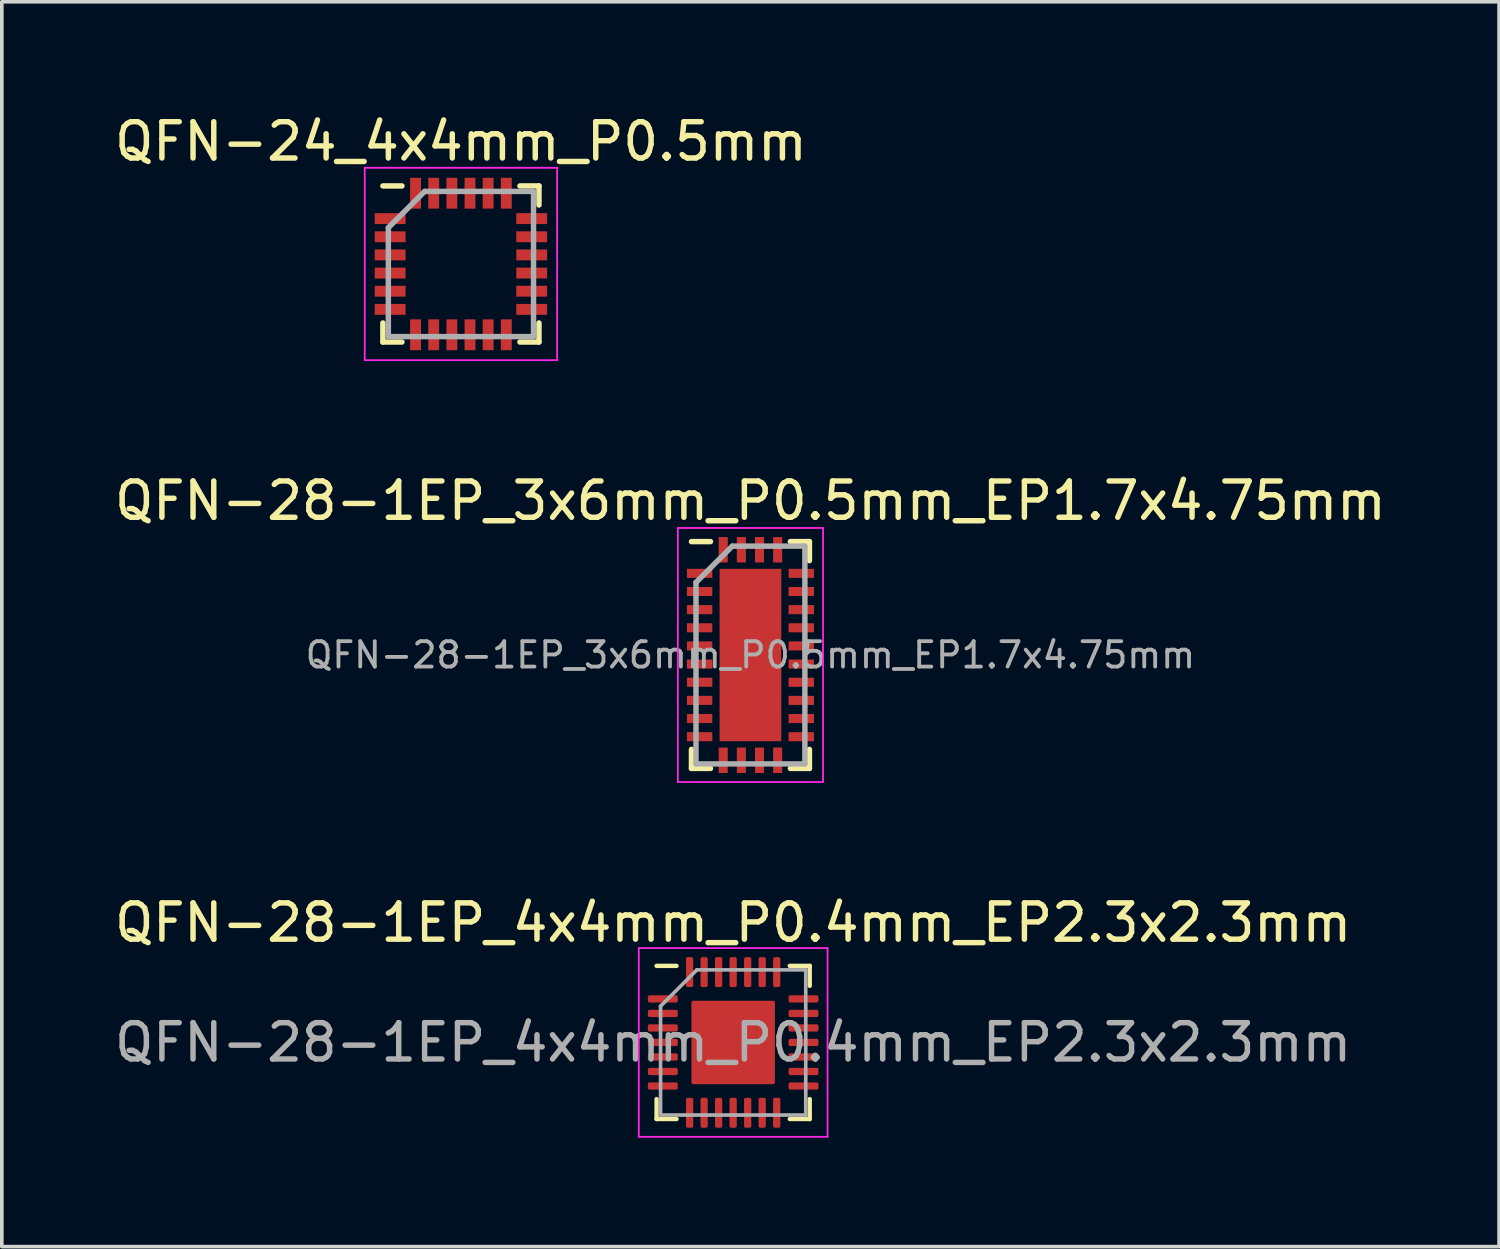
<source format=kicad_pcb>
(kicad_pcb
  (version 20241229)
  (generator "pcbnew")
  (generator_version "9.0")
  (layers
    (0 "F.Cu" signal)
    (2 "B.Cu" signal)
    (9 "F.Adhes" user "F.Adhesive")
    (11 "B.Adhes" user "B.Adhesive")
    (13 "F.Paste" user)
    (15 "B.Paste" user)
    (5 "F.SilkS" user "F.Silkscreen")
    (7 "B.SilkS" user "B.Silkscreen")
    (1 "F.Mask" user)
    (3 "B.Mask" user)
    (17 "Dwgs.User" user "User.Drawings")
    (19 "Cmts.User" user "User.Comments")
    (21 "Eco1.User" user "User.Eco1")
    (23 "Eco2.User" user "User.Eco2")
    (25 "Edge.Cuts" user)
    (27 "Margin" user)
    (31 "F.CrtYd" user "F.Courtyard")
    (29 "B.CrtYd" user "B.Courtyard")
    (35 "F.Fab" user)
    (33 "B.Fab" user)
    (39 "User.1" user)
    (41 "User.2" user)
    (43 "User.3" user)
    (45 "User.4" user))
  (footprint "QFN-28-1EP_4x4mm_P0.4mm_EP2.3x2.3mm"
    (layer "F.Cu")
    (at 17.149 25.67)
    (property "Reference" "QFN-28-1EP_4x4mm_P0.4mm_EP2.3x2.3mm" (at 0 -3.3 0) (layer "F.SilkS") (effects (font (size 1 1) (thickness 0.15))))
    (attr smd)
    (fp_line (start -2.11 2.11) (end -2.11 1.56) (stroke (width 0.12) (type solid)) (layer "F.SilkS"))
    (fp_line (start -1.56 -2.11) (end -2.11 -2.11) (stroke (width 0.12) (type solid)) (layer "F.SilkS"))
    (fp_line (start -1.56 2.11) (end -2.11 2.11) (stroke (width 0.12) (type solid)) (layer "F.SilkS"))
    (fp_line (start 1.56 -2.11) (end 2.11 -2.11) (stroke (width 0.12) (type solid)) (layer "F.SilkS"))
    (fp_line (start 1.56 2.11) (end 2.11 2.11) (stroke (width 0.12) (type solid)) (layer "F.SilkS"))
    (fp_line (start 2.11 -2.11) (end 2.11 -1.56) (stroke (width 0.12) (type solid)) (layer "F.SilkS"))
    (fp_line (start 2.11 2.11) (end 2.11 1.56) (stroke (width 0.12) (type solid)) (layer "F.SilkS"))
    (fp_line (start -2.6 -2.6) (end -2.6 2.6) (stroke (width 0.05) (type solid)) (layer "F.CrtYd"))
    (fp_line (start -2.6 2.6) (end 2.6 2.6) (stroke (width 0.05) (type solid)) (layer "F.CrtYd"))
    (fp_line (start 2.6 -2.6) (end -2.6 -2.6) (stroke (width 0.05) (type solid)) (layer "F.CrtYd"))
    (fp_line (start 2.6 2.6) (end 2.6 -2.6) (stroke (width 0.05) (type solid)) (layer "F.CrtYd"))
    (fp_line (start -2 -1) (end -1 -2) (stroke (width 0.1) (type solid)) (layer "F.Fab"))
    (fp_line (start -2 2) (end -2 -1) (stroke (width 0.1) (type solid)) (layer "F.Fab"))
    (fp_line (start -1 -2) (end 2 -2) (stroke (width 0.1) (type solid)) (layer "F.Fab"))
    (fp_line (start 2 -2) (end 2 2) (stroke (width 0.1) (type solid)) (layer "F.Fab"))
    (fp_line (start 2 2) (end -2 2) (stroke (width 0.1) (type solid)) (layer "F.Fab"))
    (fp_text user "${REFERENCE}" (at 0 0 0) (layer "F.Fab") (effects (font (size 1 1) (thickness 0.15))))
    (pad "" smd roundrect (at -0.575 -0.575) (size 0.93 0.93) (layers "F.Paste") (roundrect_rratio 0.25))
    (pad "" smd roundrect (at -0.575 0.575) (size 0.93 0.93) (layers "F.Paste") (roundrect_rratio 0.25))
    (pad "" smd roundrect (at 0.575 -0.575) (size 0.93 0.93) (layers "F.Paste") (roundrect_rratio 0.25))
    (pad "" smd roundrect (at 0.575 0.575) (size 0.93 0.93) (layers "F.Paste") (roundrect_rratio 0.25))
    (pad "1" smd roundrect (at -1.938 -1.2) (size 0.825 0.2) (layers "F.Cu" "F.Mask" "F.Paste") (roundrect_rratio 0.25))
    (pad "2" smd roundrect (at -1.938 -0.8) (size 0.825 0.2) (layers "F.Cu" "F.Mask" "F.Paste") (roundrect_rratio 0.25))
    (pad "3" smd roundrect (at -1.938 -0.4) (size 0.825 0.2) (layers "F.Cu" "F.Mask" "F.Paste") (roundrect_rratio 0.25))
    (pad "4" smd roundrect (at -1.938 0) (size 0.825 0.2) (layers "F.Cu" "F.Mask" "F.Paste") (roundrect_rratio 0.25))
    (pad "5" smd roundrect (at -1.938 0.4) (size 0.825 0.2) (layers "F.Cu" "F.Mask" "F.Paste") (roundrect_rratio 0.25))
    (pad "6" smd roundrect (at -1.938 0.8) (size 0.825 0.2) (layers "F.Cu" "F.Mask" "F.Paste") (roundrect_rratio 0.25))
    (pad "7" smd roundrect (at -1.938 1.2) (size 0.825 0.2) (layers "F.Cu" "F.Mask" "F.Paste") (roundrect_rratio 0.25))
    (pad "8" smd roundrect (at -1.2 1.938) (size 0.2 0.825) (layers "F.Cu" "F.Mask" "F.Paste") (roundrect_rratio 0.25))
    (pad "9" smd roundrect (at -0.8 1.938) (size 0.2 0.825) (layers "F.Cu" "F.Mask" "F.Paste") (roundrect_rratio 0.25))
    (pad "10" smd roundrect (at -0.4 1.938) (size 0.2 0.825) (layers "F.Cu" "F.Mask" "F.Paste") (roundrect_rratio 0.25))
    (pad "11" smd roundrect (at 0 1.938) (size 0.2 0.825) (layers "F.Cu" "F.Mask" "F.Paste") (roundrect_rratio 0.25))
    (pad "12" smd roundrect (at 0.4 1.938) (size 0.2 0.825) (layers "F.Cu" "F.Mask" "F.Paste") (roundrect_rratio 0.25))
    (pad "13" smd roundrect (at 0.8 1.938) (size 0.2 0.825) (layers "F.Cu" "F.Mask" "F.Paste") (roundrect_rratio 0.25))
    (pad "14" smd roundrect (at 1.2 1.938) (size 0.2 0.825) (layers "F.Cu" "F.Mask" "F.Paste") (roundrect_rratio 0.25))
    (pad "15" smd roundrect (at 1.938 1.2) (size 0.825 0.2) (layers "F.Cu" "F.Mask" "F.Paste") (roundrect_rratio 0.25))
    (pad "16" smd roundrect (at 1.938 0.8) (size 0.825 0.2) (layers "F.Cu" "F.Mask" "F.Paste") (roundrect_rratio 0.25))
    (pad "17" smd roundrect (at 1.938 0.4) (size 0.825 0.2) (layers "F.Cu" "F.Mask" "F.Paste") (roundrect_rratio 0.25))
    (pad "18" smd roundrect (at 1.938 0) (size 0.825 0.2) (layers "F.Cu" "F.Mask" "F.Paste") (roundrect_rratio 0.25))
    (pad "19" smd roundrect (at 1.938 -0.4) (size 0.825 0.2) (layers "F.Cu" "F.Mask" "F.Paste") (roundrect_rratio 0.25))
    (pad "20" smd roundrect (at 1.938 -0.8) (size 0.825 0.2) (layers "F.Cu" "F.Mask" "F.Paste") (roundrect_rratio 0.25))
    (pad "21" smd roundrect (at 1.938 -1.2) (size 0.825 0.2) (layers "F.Cu" "F.Mask" "F.Paste") (roundrect_rratio 0.25))
    (pad "22" smd roundrect (at 1.2 -1.938) (size 0.2 0.825) (layers "F.Cu" "F.Mask" "F.Paste") (roundrect_rratio 0.25))
    (pad "23" smd roundrect (at 0.8 -1.938) (size 0.2 0.825) (layers "F.Cu" "F.Mask" "F.Paste") (roundrect_rratio 0.25))
    (pad "24" smd roundrect (at 0.4 -1.938) (size 0.2 0.825) (layers "F.Cu" "F.Mask" "F.Paste") (roundrect_rratio 0.25))
    (pad "25" smd roundrect (at 0 -1.938) (size 0.2 0.825) (layers "F.Cu" "F.Mask" "F.Paste") (roundrect_rratio 0.25))
    (pad "26" smd roundrect (at -0.4 -1.938) (size 0.2 0.825) (layers "F.Cu" "F.Mask" "F.Paste") (roundrect_rratio 0.25))
    (pad "27" smd roundrect (at -0.8 -1.938) (size 0.2 0.825) (layers "F.Cu" "F.Mask" "F.Paste") (roundrect_rratio 0.25))
    (pad "28" smd roundrect (at -1.2 -1.938) (size 0.2 0.825) (layers "F.Cu" "F.Mask" "F.Paste") (roundrect_rratio 0.25))
    (pad "29" smd roundrect (at 0 0) (size 2.3 2.3) (layers "F.Cu" "F.Mask") (roundrect_rratio 0.022)))
  (footprint "QFN-24_4x4mm_P0.5mm"
    (layer "F.Cu")
    (at 9.649 4.223)
    (property "Reference" "QFN-24_4x4mm_P0.5mm" (at 0 -3.375 0) (layer "F.SilkS") (effects (font (size 1 1) (thickness 0.15))))
    (attr smd)
    (fp_line (start -2.15 -2.15) (end -1.625 -2.15) (stroke (width 0.15) (type solid)) (layer "F.SilkS"))
    (fp_line (start -2.15 2.15) (end -2.15 1.625) (stroke (width 0.15) (type solid)) (layer "F.SilkS"))
    (fp_line (start -2.15 2.15) (end -1.625 2.15) (stroke (width 0.15) (type solid)) (layer "F.SilkS"))
    (fp_line (start 2.15 -2.15) (end 1.625 -2.15) (stroke (width 0.15) (type solid)) (layer "F.SilkS"))
    (fp_line (start 2.15 -2.15) (end 2.15 -1.625) (stroke (width 0.15) (type solid)) (layer "F.SilkS"))
    (fp_line (start 2.15 2.15) (end 1.625 2.15) (stroke (width 0.15) (type solid)) (layer "F.SilkS"))
    (fp_line (start 2.15 2.15) (end 2.15 1.625) (stroke (width 0.15) (type solid)) (layer "F.SilkS"))
    (fp_line (start -2.65 -2.65) (end -2.65 2.65) (stroke (width 0.05) (type solid)) (layer "F.CrtYd"))
    (fp_line (start -2.65 -2.65) (end 2.65 -2.65) (stroke (width 0.05) (type solid)) (layer "F.CrtYd"))
    (fp_line (start -2.65 2.65) (end 2.65 2.65) (stroke (width 0.05) (type solid)) (layer "F.CrtYd"))
    (fp_line (start 2.65 -2.65) (end 2.65 2.65) (stroke (width 0.05) (type solid)) (layer "F.CrtYd"))
    (fp_line (start -2 -1) (end -1 -2) (stroke (width 0.15) (type solid)) (layer "F.Fab"))
    (fp_line (start -2 2) (end -2 -1) (stroke (width 0.15) (type solid)) (layer "F.Fab"))
    (fp_line (start -1 -2) (end 2 -2) (stroke (width 0.15) (type solid)) (layer "F.Fab"))
    (fp_line (start 2 -2) (end 2 2) (stroke (width 0.15) (type solid)) (layer "F.Fab"))
    (fp_line (start 2 2) (end -2 2) (stroke (width 0.15) (type solid)) (layer "F.Fab"))
    (pad "1" smd rect (at -1.95 -1.25) (size 0.85 0.3) (layers "F.Cu" "F.Mask" "F.Paste"))
    (pad "2" smd rect (at -1.95 -0.75) (size 0.85 0.3) (layers "F.Cu" "F.Mask" "F.Paste"))
    (pad "3" smd rect (at -1.95 -0.25) (size 0.85 0.3) (layers "F.Cu" "F.Mask" "F.Paste"))
    (pad "4" smd rect (at -1.95 0.25) (size 0.85 0.3) (layers "F.Cu" "F.Mask" "F.Paste"))
    (pad "5" smd rect (at -1.95 0.75) (size 0.85 0.3) (layers "F.Cu" "F.Mask" "F.Paste"))
    (pad "6" smd rect (at -1.95 1.25) (size 0.85 0.3) (layers "F.Cu" "F.Mask" "F.Paste"))
    (pad "7" smd rect (at -1.25 1.95 90) (size 0.85 0.3) (layers "F.Cu" "F.Mask" "F.Paste"))
    (pad "8" smd rect (at -0.75 1.95 90) (size 0.85 0.3) (layers "F.Cu" "F.Mask" "F.Paste"))
    (pad "9" smd rect (at -0.25 1.95 90) (size 0.85 0.3) (layers "F.Cu" "F.Mask" "F.Paste"))
    (pad "10" smd rect (at 0.25 1.95 90) (size 0.85 0.3) (layers "F.Cu" "F.Mask" "F.Paste"))
    (pad "11" smd rect (at 0.75 1.95 90) (size 0.85 0.3) (layers "F.Cu" "F.Mask" "F.Paste"))
    (pad "12" smd rect (at 1.25 1.95 90) (size 0.85 0.3) (layers "F.Cu" "F.Mask" "F.Paste"))
    (pad "13" smd rect (at 1.95 1.25) (size 0.85 0.3) (layers "F.Cu" "F.Mask" "F.Paste"))
    (pad "14" smd rect (at 1.95 0.75) (size 0.85 0.3) (layers "F.Cu" "F.Mask" "F.Paste"))
    (pad "15" smd rect (at 1.95 0.25) (size 0.85 0.3) (layers "F.Cu" "F.Mask" "F.Paste"))
    (pad "16" smd rect (at 1.95 -0.25) (size 0.85 0.3) (layers "F.Cu" "F.Mask" "F.Paste"))
    (pad "17" smd rect (at 1.95 -0.75) (size 0.85 0.3) (layers "F.Cu" "F.Mask" "F.Paste"))
    (pad "18" smd rect (at 1.95 -1.25) (size 0.85 0.3) (layers "F.Cu" "F.Mask" "F.Paste"))
    (pad "19" smd rect (at 1.25 -1.95 90) (size 0.85 0.3) (layers "F.Cu" "F.Mask" "F.Paste"))
    (pad "20" smd rect (at 0.75 -1.95 90) (size 0.85 0.3) (layers "F.Cu" "F.Mask" "F.Paste"))
    (pad "21" smd rect (at 0.25 -1.95 90) (size 0.85 0.3) (layers "F.Cu" "F.Mask" "F.Paste"))
    (pad "22" smd rect (at -0.25 -1.95 90) (size 0.85 0.3) (layers "F.Cu" "F.Mask" "F.Paste"))
    (pad "23" smd rect (at -0.75 -1.95 90) (size 0.85 0.3) (layers "F.Cu" "F.Mask" "F.Paste"))
    (pad "24" smd rect (at -1.25 -1.95 90) (size 0.85 0.3) (layers "F.Cu" "F.Mask" "F.Paste")))
  (footprint "QFN-28-1EP_3x6mm_P0.5mm_EP1.7x4.75mm"
    (layer "F.Cu")
    (at 17.625 14.996)
    (property "Reference" "QFN-28-1EP_3x6mm_P0.5mm_EP1.7x4.75mm" (at 0 -4.25 0) (layer "F.SilkS") (effects (font (size 1 1) (thickness 0.15))))
    (attr smd)
    (fp_line (start -1.625 -3.125) (end -1.1 -3.125) (stroke (width 0.15) (type solid)) (layer "F.SilkS"))
    (fp_line (start -1.625 3.125) (end -1.625 2.6) (stroke (width 0.15) (type solid)) (layer "F.SilkS"))
    (fp_line (start -1.625 3.125) (end -1.1 3.125) (stroke (width 0.15) (type solid)) (layer "F.SilkS"))
    (fp_line (start 1.625 -3.125) (end 1.1 -3.125) (stroke (width 0.15) (type solid)) (layer "F.SilkS"))
    (fp_line (start 1.625 -3.125) (end 1.625 -2.6) (stroke (width 0.15) (type solid)) (layer "F.SilkS"))
    (fp_line (start 1.625 3.125) (end 1.1 3.125) (stroke (width 0.15) (type solid)) (layer "F.SilkS"))
    (fp_line (start 1.625 3.125) (end 1.625 2.6) (stroke (width 0.15) (type solid)) (layer "F.SilkS"))
    (fp_line (start -2 -3.5) (end -2 3.5) (stroke (width 0.05) (type solid)) (layer "F.CrtYd"))
    (fp_line (start -2 -3.5) (end 2 -3.5) (stroke (width 0.05) (type solid)) (layer "F.CrtYd"))
    (fp_line (start -2 3.5) (end 2 3.5) (stroke (width 0.05) (type solid)) (layer "F.CrtYd"))
    (fp_line (start 2 -3.5) (end 2 3.5) (stroke (width 0.05) (type solid)) (layer "F.CrtYd"))
    (fp_line (start -1.5 -2) (end -0.5 -3) (stroke (width 0.15) (type solid)) (layer "F.Fab"))
    (fp_line (start -1.5 3) (end -1.5 -2) (stroke (width 0.15) (type solid)) (layer "F.Fab"))
    (fp_line (start -0.5 -3) (end 1.5 -3) (stroke (width 0.15) (type solid)) (layer "F.Fab"))
    (fp_line (start 1.5 -3) (end 1.5 3) (stroke (width 0.15) (type solid)) (layer "F.Fab"))
    (fp_line (start 1.5 3) (end -1.5 3) (stroke (width 0.15) (type solid)) (layer "F.Fab"))
    (fp_text user "${REFERENCE}" (at 0 0 0) (layer "F.Fab") (effects (font (size 0.7 0.7) (thickness 0.105))))
    (pad "" smd rect (at -0.425 -1.9) (size 0.68 0.78) (layers "F.Paste"))
    (pad "" smd rect (at -0.425 -0.95) (size 0.68 0.78) (layers "F.Paste"))
    (pad "" smd rect (at -0.425 0) (size 0.68 0.78) (layers "F.Paste"))
    (pad "" smd rect (at -0.425 0.95) (size 0.68 0.78) (layers "F.Paste"))
    (pad "" smd rect (at -0.425 1.9) (size 0.68 0.78) (layers "F.Paste"))
    (pad "" smd rect (at 0.425 -1.9) (size 0.68 0.78) (layers "F.Paste"))
    (pad "" smd rect (at 0.425 -0.95) (size 0.68 0.78) (layers "F.Paste"))
    (pad "" smd rect (at 0.425 0) (size 0.68 0.78) (layers "F.Paste"))
    (pad "" smd rect (at 0.425 0.95) (size 0.68 0.78) (layers "F.Paste"))
    (pad "" smd rect (at 0.425 1.9) (size 0.68 0.78) (layers "F.Paste"))
    (pad "1" smd rect (at -1.4 -2.25) (size 0.7 0.25) (layers "F.Cu" "F.Mask" "F.Paste"))
    (pad "2" smd rect (at -1.4 -1.75) (size 0.7 0.25) (layers "F.Cu" "F.Mask" "F.Paste"))
    (pad "3" smd rect (at -1.4 -1.25) (size 0.7 0.25) (layers "F.Cu" "F.Mask" "F.Paste"))
    (pad "4" smd rect (at -1.4 -0.75) (size 0.7 0.25) (layers "F.Cu" "F.Mask" "F.Paste"))
    (pad "5" smd rect (at -1.4 -0.25) (size 0.7 0.25) (layers "F.Cu" "F.Mask" "F.Paste"))
    (pad "6" smd rect (at -1.4 0.25) (size 0.7 0.25) (layers "F.Cu" "F.Mask" "F.Paste"))
    (pad "7" smd rect (at -1.4 0.75) (size 0.7 0.25) (layers "F.Cu" "F.Mask" "F.Paste"))
    (pad "8" smd rect (at -1.4 1.25) (size 0.7 0.25) (layers "F.Cu" "F.Mask" "F.Paste"))
    (pad "9" smd rect (at -1.4 1.75) (size 0.7 0.25) (layers "F.Cu" "F.Mask" "F.Paste"))
    (pad "10" smd rect (at -1.4 2.25) (size 0.7 0.25) (layers "F.Cu" "F.Mask" "F.Paste"))
    (pad "11" smd rect (at -0.75 2.9 90) (size 0.7 0.25) (layers "F.Cu" "F.Mask" "F.Paste"))
    (pad "12" smd rect (at -0.25 2.9 90) (size 0.7 0.25) (layers "F.Cu" "F.Mask" "F.Paste"))
    (pad "13" smd rect (at 0.25 2.9 90) (size 0.7 0.25) (layers "F.Cu" "F.Mask" "F.Paste"))
    (pad "14" smd rect (at 0.75 2.9 90) (size 0.7 0.25) (layers "F.Cu" "F.Mask" "F.Paste"))
    (pad "15" smd rect (at 1.4 2.25) (size 0.7 0.25) (layers "F.Cu" "F.Mask" "F.Paste"))
    (pad "16" smd rect (at 1.4 1.75) (size 0.7 0.25) (layers "F.Cu" "F.Mask" "F.Paste"))
    (pad "17" smd rect (at 1.4 1.25) (size 0.7 0.25) (layers "F.Cu" "F.Mask" "F.Paste"))
    (pad "18" smd rect (at 1.4 0.75) (size 0.7 0.25) (layers "F.Cu" "F.Mask" "F.Paste"))
    (pad "19" smd rect (at 1.4 0.25) (size 0.7 0.25) (layers "F.Cu" "F.Mask" "F.Paste"))
    (pad "20" smd rect (at 1.4 -0.25) (size 0.7 0.25) (layers "F.Cu" "F.Mask" "F.Paste"))
    (pad "21" smd rect (at 1.4 -0.75) (size 0.7 0.25) (layers "F.Cu" "F.Mask" "F.Paste"))
    (pad "22" smd rect (at 1.4 -1.25) (size 0.7 0.25) (layers "F.Cu" "F.Mask" "F.Paste"))
    (pad "23" smd rect (at 1.4 -1.75) (size 0.7 0.25) (layers "F.Cu" "F.Mask" "F.Paste"))
    (pad "24" smd rect (at 1.4 -2.25) (size 0.7 0.25) (layers "F.Cu" "F.Mask" "F.Paste"))
    (pad "25" smd rect (at 0.75 -2.9 90) (size 0.7 0.25) (layers "F.Cu" "F.Mask" "F.Paste"))
    (pad "26" smd rect (at 0.25 -2.9 90) (size 0.7 0.25) (layers "F.Cu" "F.Mask" "F.Paste"))
    (pad "27" smd rect (at -0.25 -2.9 90) (size 0.7 0.25) (layers "F.Cu" "F.Mask" "F.Paste"))
    (pad "28" smd rect (at -0.75 -2.9 90) (size 0.7 0.25) (layers "F.Cu" "F.Mask" "F.Paste"))
    (pad "29" smd rect (at 0 0) (size 1.7 4.75) (layers "F.Cu" "F.Mask")))
  (gr_rect
    (start -3 -3)
    (end 38.25 31.295)
    (stroke (width 0.1) (type default))
    (fill no)
    (layer "Edge.Cuts")))
</source>
